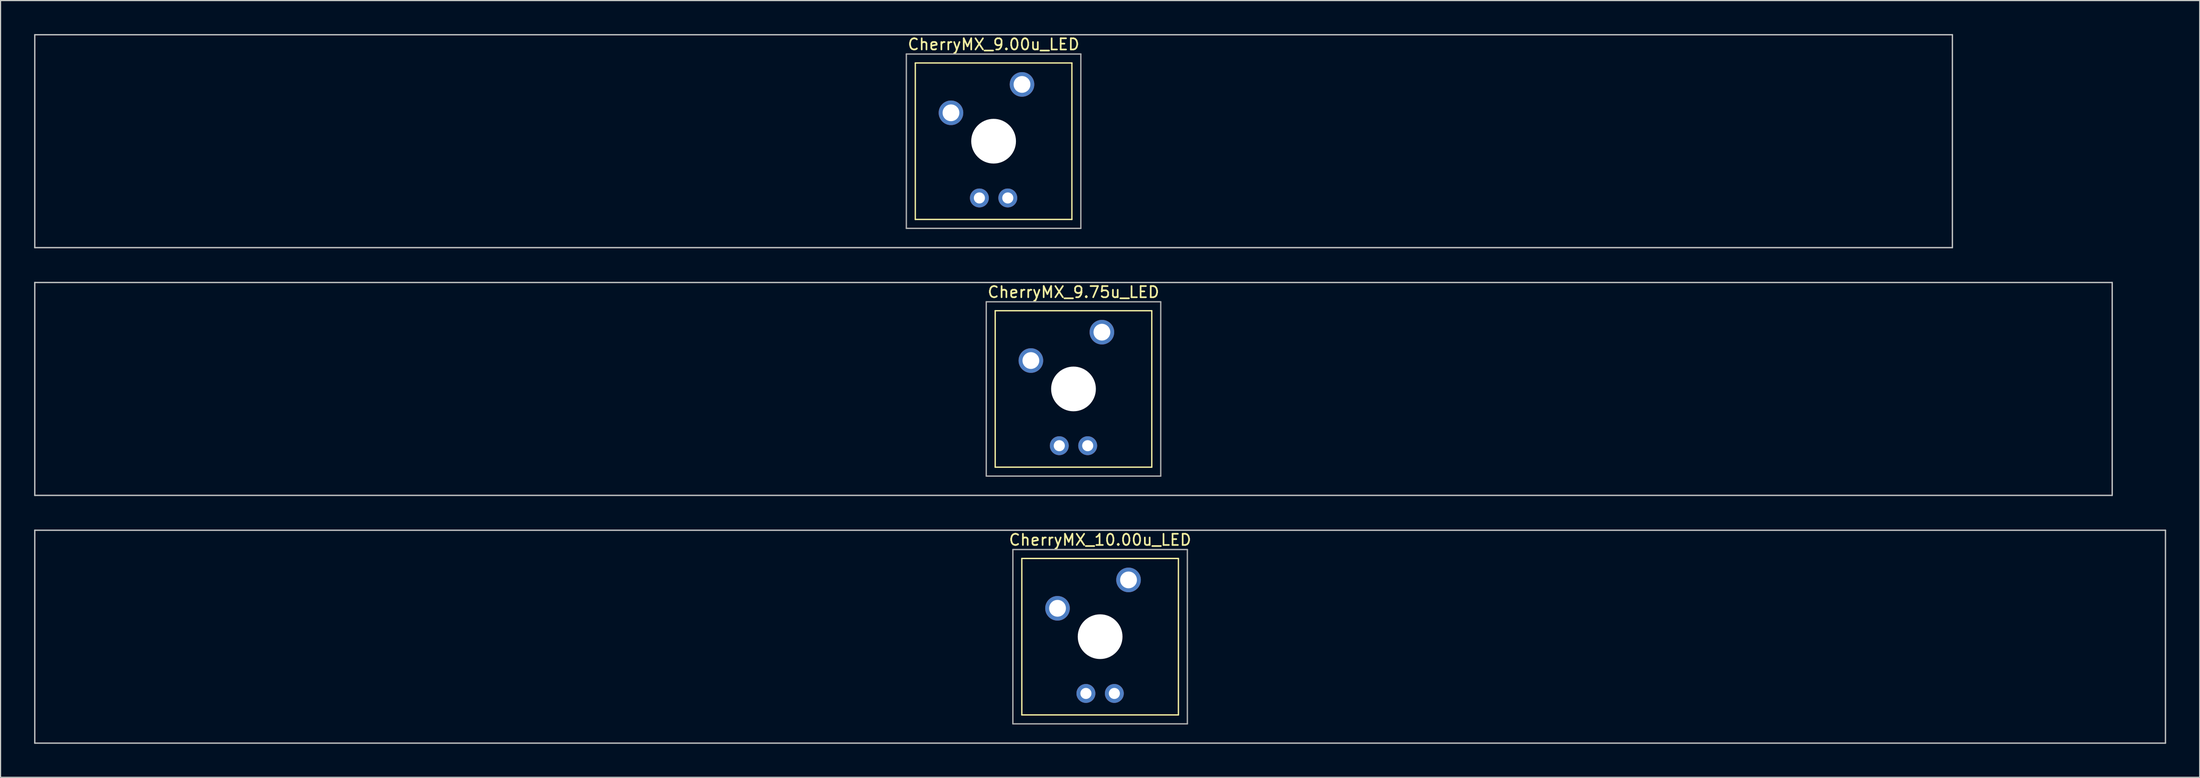
<source format=kicad_pcb>
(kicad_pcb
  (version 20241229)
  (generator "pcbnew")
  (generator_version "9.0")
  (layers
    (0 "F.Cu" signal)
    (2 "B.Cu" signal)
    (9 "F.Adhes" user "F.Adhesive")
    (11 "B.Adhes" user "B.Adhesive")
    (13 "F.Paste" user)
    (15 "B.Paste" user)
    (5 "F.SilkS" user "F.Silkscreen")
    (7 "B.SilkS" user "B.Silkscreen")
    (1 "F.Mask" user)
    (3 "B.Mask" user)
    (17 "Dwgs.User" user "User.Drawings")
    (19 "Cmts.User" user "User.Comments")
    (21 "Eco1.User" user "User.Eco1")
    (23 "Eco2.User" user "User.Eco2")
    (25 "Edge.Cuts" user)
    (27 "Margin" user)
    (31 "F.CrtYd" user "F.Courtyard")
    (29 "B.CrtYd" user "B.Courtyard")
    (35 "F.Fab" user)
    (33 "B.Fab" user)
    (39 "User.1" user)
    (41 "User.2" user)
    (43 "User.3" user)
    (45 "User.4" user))
  (footprint "CherryMX_9.75u_LED"
    (layer "F.Cu")
    (at 92.929 31.755)
    (property "Reference" "CherryMX_9.75u_LED" (at 0 -8.662 0) (layer "F.SilkS") (effects (font (size 1 1) (thickness 0.15))))
    (attr through_hole)
    (fp_line (start -7 -7) (end -7 7) (stroke (width 0.12) (type solid)) (layer "F.SilkS"))
    (fp_line (start -7 -7) (end 7 -7) (stroke (width 0.12) (type solid)) (layer "F.SilkS"))
    (fp_line (start 7 -7) (end 7 7) (stroke (width 0.12) (type solid)) (layer "F.SilkS"))
    (fp_line (start 7 7) (end -7 7) (stroke (width 0.12) (type solid)) (layer "F.SilkS"))
    (fp_line (start -92.869 -9.525) (end 92.869 -9.525) (stroke (width 0.12) (type solid)) (layer "Dwgs.User"))
    (fp_line (start -92.869 9.525) (end -92.869 -9.525) (stroke (width 0.12) (type solid)) (layer "Dwgs.User"))
    (fp_line (start 92.869 -9.525) (end 92.869 9.525) (stroke (width 0.12) (type solid)) (layer "Dwgs.User"))
    (fp_line (start 92.869 9.525) (end -92.869 9.525) (stroke (width 0.12) (type solid)) (layer "Dwgs.User"))
    (fp_line (start -7.8 -7.8) (end -7.8 7.8) (stroke (width 0.12) (type solid)) (layer "F.Fab"))
    (fp_line (start -7.8 -7.8) (end 7.8 -7.8) (stroke (width 0.12) (type solid)) (layer "F.Fab"))
    (fp_line (start -7.8 7.8) (end 7.8 7.8) (stroke (width 0.12) (type solid)) (layer "F.Fab"))
    (fp_line (start 7.8 -7.8) (end 7.8 7.8) (stroke (width 0.12) (type solid)) (layer "F.Fab"))
    (pad "" np_thru_hole circle (at 0 0) (size 4 4) (drill 4) (layers "*.Cu" "*.Mask"))
    (pad "1" thru_hole circle (at -3.81 -2.54) (size 2.2 2.2) (drill 1.5) (layers "*.Cu" "*.Mask"))
    (pad "2" thru_hole circle (at 2.54 -5.08) (size 2.2 2.2) (drill 1.5) (layers "*.Cu" "*.Mask"))
    (pad "3" thru_hole circle (at -1.27 5.08) (size 1.691 1.691) (drill 0.991) (layers "*.Cu" "*.Mask"))
    (pad "4" thru_hole circle (at 1.27 5.08) (size 1.691 1.691) (drill 0.991) (layers "*.Cu" "*.Mask")))
  (footprint "CherryMX_10.00u_LED"
    (layer "F.Cu")
    (at 95.31 53.925)
    (property "Reference" "CherryMX_10.00u_LED" (at 0 -8.662 0) (layer "F.SilkS") (effects (font (size 1 1) (thickness 0.15))))
    (attr through_hole)
    (fp_line (start -7 -7) (end -7 7) (stroke (width 0.12) (type solid)) (layer "F.SilkS"))
    (fp_line (start -7 -7) (end 7 -7) (stroke (width 0.12) (type solid)) (layer "F.SilkS"))
    (fp_line (start 7 -7) (end 7 7) (stroke (width 0.12) (type solid)) (layer "F.SilkS"))
    (fp_line (start 7 7) (end -7 7) (stroke (width 0.12) (type solid)) (layer "F.SilkS"))
    (fp_line (start -95.25 -9.525) (end 95.25 -9.525) (stroke (width 0.12) (type solid)) (layer "Dwgs.User"))
    (fp_line (start -95.25 9.525) (end -95.25 -9.525) (stroke (width 0.12) (type solid)) (layer "Dwgs.User"))
    (fp_line (start 95.25 -9.525) (end 95.25 9.525) (stroke (width 0.12) (type solid)) (layer "Dwgs.User"))
    (fp_line (start 95.25 9.525) (end -95.25 9.525) (stroke (width 0.12) (type solid)) (layer "Dwgs.User"))
    (fp_line (start -7.8 -7.8) (end -7.8 7.8) (stroke (width 0.12) (type solid)) (layer "F.Fab"))
    (fp_line (start -7.8 -7.8) (end 7.8 -7.8) (stroke (width 0.12) (type solid)) (layer "F.Fab"))
    (fp_line (start -7.8 7.8) (end 7.8 7.8) (stroke (width 0.12) (type solid)) (layer "F.Fab"))
    (fp_line (start 7.8 -7.8) (end 7.8 7.8) (stroke (width 0.12) (type solid)) (layer "F.Fab"))
    (pad "" np_thru_hole circle (at 0 0) (size 4 4) (drill 4) (layers "*.Cu" "*.Mask"))
    (pad "1" thru_hole circle (at -3.81 -2.54) (size 2.2 2.2) (drill 1.5) (layers "*.Cu" "*.Mask"))
    (pad "2" thru_hole circle (at 2.54 -5.08) (size 2.2 2.2) (drill 1.5) (layers "*.Cu" "*.Mask"))
    (pad "3" thru_hole circle (at -1.27 5.08) (size 1.691 1.691) (drill 0.991) (layers "*.Cu" "*.Mask"))
    (pad "4" thru_hole circle (at 1.27 5.08) (size 1.691 1.691) (drill 0.991) (layers "*.Cu" "*.Mask")))
  (footprint "CherryMX_9.00u_LED"
    (layer "F.Cu")
    (at 85.785 9.585)
    (property "Reference" "CherryMX_9.00u_LED" (at 0 -8.662 0) (layer "F.SilkS") (effects (font (size 1 1) (thickness 0.15))))
    (attr through_hole)
    (fp_line (start -7 -7) (end -7 7) (stroke (width 0.12) (type solid)) (layer "F.SilkS"))
    (fp_line (start -7 -7) (end 7 -7) (stroke (width 0.12) (type solid)) (layer "F.SilkS"))
    (fp_line (start 7 -7) (end 7 7) (stroke (width 0.12) (type solid)) (layer "F.SilkS"))
    (fp_line (start 7 7) (end -7 7) (stroke (width 0.12) (type solid)) (layer "F.SilkS"))
    (fp_line (start -85.725 -9.525) (end 85.725 -9.525) (stroke (width 0.12) (type solid)) (layer "Dwgs.User"))
    (fp_line (start -85.725 9.525) (end -85.725 -9.525) (stroke (width 0.12) (type solid)) (layer "Dwgs.User"))
    (fp_line (start 85.725 -9.525) (end 85.725 9.525) (stroke (width 0.12) (type solid)) (layer "Dwgs.User"))
    (fp_line (start 85.725 9.525) (end -85.725 9.525) (stroke (width 0.12) (type solid)) (layer "Dwgs.User"))
    (fp_line (start -7.8 -7.8) (end -7.8 7.8) (stroke (width 0.12) (type solid)) (layer "F.Fab"))
    (fp_line (start -7.8 -7.8) (end 7.8 -7.8) (stroke (width 0.12) (type solid)) (layer "F.Fab"))
    (fp_line (start -7.8 7.8) (end 7.8 7.8) (stroke (width 0.12) (type solid)) (layer "F.Fab"))
    (fp_line (start 7.8 -7.8) (end 7.8 7.8) (stroke (width 0.12) (type solid)) (layer "F.Fab"))
    (pad "" np_thru_hole circle (at 0 0) (size 4 4) (drill 4) (layers "*.Cu" "*.Mask"))
    (pad "1" thru_hole circle (at -3.81 -2.54) (size 2.2 2.2) (drill 1.5) (layers "*.Cu" "*.Mask"))
    (pad "2" thru_hole circle (at 2.54 -5.08) (size 2.2 2.2) (drill 1.5) (layers "*.Cu" "*.Mask"))
    (pad "3" thru_hole circle (at -1.27 5.08) (size 1.691 1.691) (drill 0.991) (layers "*.Cu" "*.Mask"))
    (pad "4" thru_hole circle (at 1.27 5.08) (size 1.691 1.691) (drill 0.991) (layers "*.Cu" "*.Mask")))
  (gr_rect
    (start -3 -3)
    (end 193.62 66.51)
    (stroke (width 0.1) (type default))
    (fill no)
    (layer "Edge.Cuts")))
</source>
